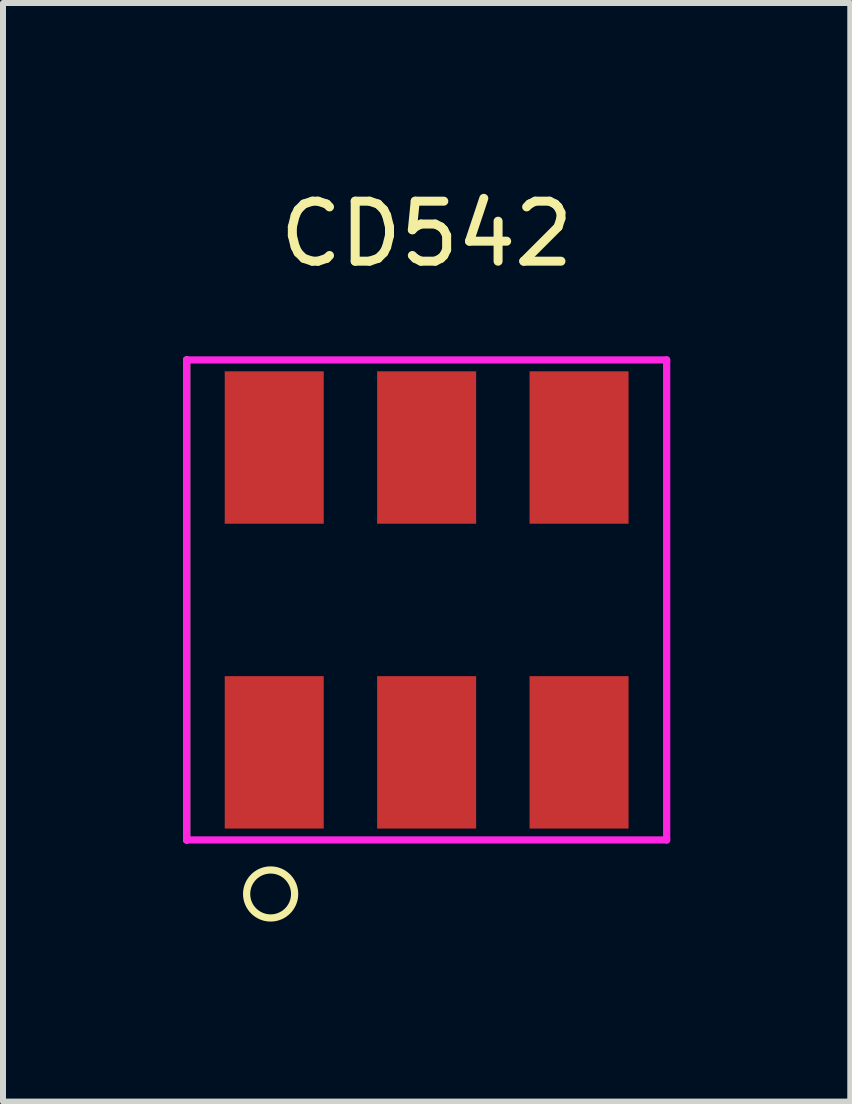
<source format=kicad_pcb>
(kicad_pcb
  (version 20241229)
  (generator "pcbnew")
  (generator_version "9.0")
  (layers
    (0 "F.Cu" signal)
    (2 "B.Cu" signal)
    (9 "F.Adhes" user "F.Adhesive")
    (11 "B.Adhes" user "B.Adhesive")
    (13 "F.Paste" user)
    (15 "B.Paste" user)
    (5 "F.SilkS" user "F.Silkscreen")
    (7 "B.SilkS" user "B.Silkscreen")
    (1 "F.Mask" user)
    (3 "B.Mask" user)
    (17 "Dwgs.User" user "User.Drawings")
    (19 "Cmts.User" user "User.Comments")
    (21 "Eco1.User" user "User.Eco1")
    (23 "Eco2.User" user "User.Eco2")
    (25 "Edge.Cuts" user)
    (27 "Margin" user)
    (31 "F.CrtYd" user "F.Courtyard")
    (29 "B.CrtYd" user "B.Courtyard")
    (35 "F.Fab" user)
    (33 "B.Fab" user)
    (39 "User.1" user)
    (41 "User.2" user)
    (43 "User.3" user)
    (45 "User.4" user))
  (footprint "CD542"
    (layer "F.Cu")
    (at 4.06 6.948)
    (property "Reference" "CD542" (at 0 -6.1 0) (layer "F.SilkS") (effects (font (size 1 1) (thickness 0.15))))
    (attr smd)
    (fp_line (start -4 4) (end -4 -4) (stroke (width 0.12) (type solid)) (layer "F.SilkS"))
    (fp_circle (center -2.6 4.9) (end -2.6 4.5) (stroke (width 0.12) (type solid)) (fill no) (layer "F.SilkS"))
    (fp_line (start -4 -4) (end 4 -4) (stroke (width 0.12) (type solid)) (layer "F.CrtYd"))
    (fp_line (start -4 4) (end -4 -4) (stroke (width 0.12) (type solid)) (layer "F.CrtYd"))
    (fp_line (start 4 -4) (end 4 4) (stroke (width 0.12) (type solid)) (layer "F.CrtYd"))
    (fp_line (start 4 4) (end -4 4) (stroke (width 0.12) (type solid)) (layer "F.CrtYd"))
    (pad "1" smd rect (at -2.54 2.54) (size 1.65 2.54) (layers "F.Cu" "F.Mask" "F.Paste"))
    (pad "2" smd rect (at 0 2.54) (size 1.65 2.54) (layers "F.Cu" "F.Mask" "F.Paste"))
    (pad "3" smd rect (at 2.54 2.54) (size 1.65 2.54) (layers "F.Cu" "F.Mask" "F.Paste"))
    (pad "4" smd rect (at 2.54 -2.54) (size 1.65 2.54) (layers "F.Cu" "F.Mask" "F.Paste"))
    (pad "5" smd rect (at 0 -2.54) (size 1.65 2.54) (layers "F.Cu" "F.Mask" "F.Paste"))
    (pad "6" smd rect (at -2.54 -2.54) (size 1.65 2.54) (layers "F.Cu" "F.Mask" "F.Paste")))
  (gr_rect
    (start -3 -3)
    (end 11.12 15.308)
    (stroke (width 0.1) (type default))
    (fill no)
    (layer "Edge.Cuts")))
</source>
